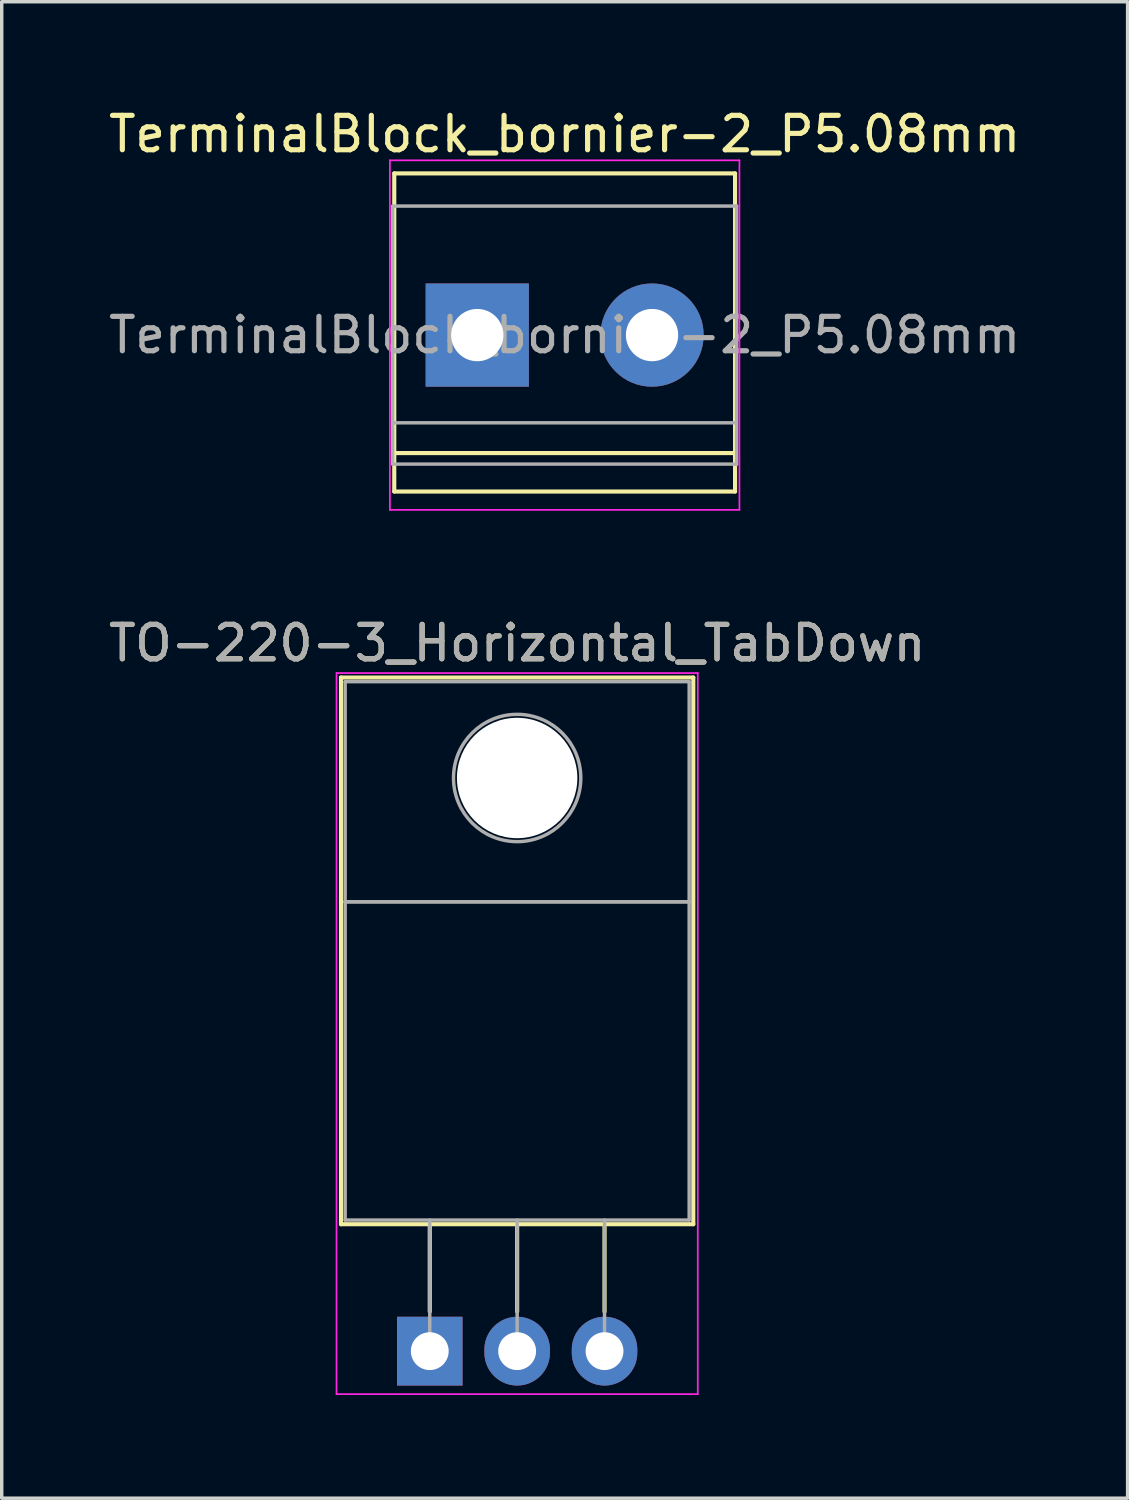
<source format=kicad_pcb>
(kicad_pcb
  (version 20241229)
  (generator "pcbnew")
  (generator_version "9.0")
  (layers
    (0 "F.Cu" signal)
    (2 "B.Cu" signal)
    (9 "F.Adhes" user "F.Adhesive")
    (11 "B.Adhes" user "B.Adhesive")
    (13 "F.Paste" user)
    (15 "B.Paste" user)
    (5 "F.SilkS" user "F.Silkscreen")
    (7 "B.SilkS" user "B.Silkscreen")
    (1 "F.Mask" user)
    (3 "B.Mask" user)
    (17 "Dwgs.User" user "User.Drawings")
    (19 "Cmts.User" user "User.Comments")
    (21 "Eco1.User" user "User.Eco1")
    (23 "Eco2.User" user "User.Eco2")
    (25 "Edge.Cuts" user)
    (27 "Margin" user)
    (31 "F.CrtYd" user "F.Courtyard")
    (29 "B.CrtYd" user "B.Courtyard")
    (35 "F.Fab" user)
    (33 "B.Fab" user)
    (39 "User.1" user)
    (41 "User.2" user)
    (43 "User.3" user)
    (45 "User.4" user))
  (footprint "TerminalBlock_bornier-2_P5.08mm"
    (layer "F.Cu")
    (at 10.823 6.69)
    (property "Reference" "TerminalBlock_bornier-2_P5.08mm" (at 2.54 -5.842 0) (layer "F.SilkS") (effects (font (size 1 1) (thickness 0.15))))
    (attr through_hole)
    (fp_line (start -2.413 -4.699) (end -2.413 4.547) (stroke (width 0.12) (type solid)) (layer "F.SilkS"))
    (fp_line (start -2.413 4.547) (end 7.493 4.547) (stroke (width 0.12) (type solid)) (layer "F.SilkS"))
    (fp_line (start 7.493 -4.699) (end -2.413 -4.699) (stroke (width 0.12) (type solid)) (layer "F.SilkS"))
    (fp_line (start 7.493 3.429) (end -2.413 3.429) (stroke (width 0.12) (type solid)) (layer "F.SilkS"))
    (fp_line (start 7.493 4.547) (end 7.493 -4.699) (stroke (width 0.12) (type solid)) (layer "F.SilkS"))
    (fp_line (start -2.54 -5.08) (end -2.54 5.08) (stroke (width 0.05) (type solid)) (layer "F.CrtYd"))
    (fp_line (start -2.54 -5.08) (end 7.62 -5.08) (stroke (width 0.05) (type solid)) (layer "F.CrtYd"))
    (fp_line (start 7.62 5.08) (end -2.54 5.08) (stroke (width 0.05) (type solid)) (layer "F.CrtYd"))
    (fp_line (start 7.62 5.08) (end 7.62 -5.08) (stroke (width 0.05) (type solid)) (layer "F.CrtYd"))
    (fp_line (start -2.46 -3.75) (end -2.46 3.75) (stroke (width 0.1) (type solid)) (layer "F.Fab"))
    (fp_line (start -2.46 3.75) (end 7.54 3.75) (stroke (width 0.1) (type solid)) (layer "F.Fab"))
    (fp_line (start -2.41 2.55) (end 7.49 2.55) (stroke (width 0.1) (type solid)) (layer "F.Fab"))
    (fp_line (start 7.54 -3.75) (end -2.46 -3.75) (stroke (width 0.1) (type solid)) (layer "F.Fab"))
    (fp_line (start 7.54 3.75) (end 7.54 -3.75) (stroke (width 0.1) (type solid)) (layer "F.Fab"))
    (fp_text user "${REFERENCE}" (at 2.54 0 0) (layer "F.Fab") (effects (font (size 1 1) (thickness 0.15))))
    (pad "1" thru_hole rect (at 0 0) (size 3 3) (drill 1.52) (layers "*.Cu" "*.Mask"))
    (pad "2" thru_hole circle (at 5.08 0) (size 3 3) (drill 1.52) (layers "*.Cu" "*.Mask")))
  (footprint "TO-220-3_Horizontal_TabDown"
    (layer "F.Cu")
    (at 9.442 36.224)
    (property "Reference" "TO-220-3_Horizontal_TabDown" (at 2.54 -20.58 0) (layer "F.SilkS") (effects (font (size 1 1) (thickness 0.15))))
    (attr through_hole)
    (fp_line (start -2.58 -19.58) (end -2.58 -3.69) (stroke (width 0.12) (type solid)) (layer "F.SilkS"))
    (fp_line (start -2.58 -19.58) (end 7.66 -19.58) (stroke (width 0.12) (type solid)) (layer "F.SilkS"))
    (fp_line (start -2.58 -3.69) (end 7.66 -3.69) (stroke (width 0.12) (type solid)) (layer "F.SilkS"))
    (fp_line (start 0 -3.69) (end 0 -1.15) (stroke (width 0.12) (type solid)) (layer "F.SilkS"))
    (fp_line (start 2.54 -3.69) (end 2.54 -1.15) (stroke (width 0.12) (type solid)) (layer "F.SilkS"))
    (fp_line (start 5.08 -3.69) (end 5.08 -1.15) (stroke (width 0.12) (type solid)) (layer "F.SilkS"))
    (fp_line (start 7.66 -19.58) (end 7.66 -3.69) (stroke (width 0.12) (type solid)) (layer "F.SilkS"))
    (fp_line (start -2.71 -19.71) (end -2.71 1.25) (stroke (width 0.05) (type solid)) (layer "F.CrtYd"))
    (fp_line (start -2.71 1.25) (end 7.79 1.25) (stroke (width 0.05) (type solid)) (layer "F.CrtYd"))
    (fp_line (start 7.79 -19.71) (end -2.71 -19.71) (stroke (width 0.05) (type solid)) (layer "F.CrtYd"))
    (fp_line (start 7.79 1.25) (end 7.79 -19.71) (stroke (width 0.05) (type solid)) (layer "F.CrtYd"))
    (fp_line (start -2.46 -19.46) (end 7.54 -19.46) (stroke (width 0.1) (type solid)) (layer "F.Fab"))
    (fp_line (start -2.46 -13.06) (end -2.46 -19.46) (stroke (width 0.1) (type solid)) (layer "F.Fab"))
    (fp_line (start -2.46 -13.06) (end 7.54 -13.06) (stroke (width 0.1) (type solid)) (layer "F.Fab"))
    (fp_line (start -2.46 -3.81) (end -2.46 -13.06) (stroke (width 0.1) (type solid)) (layer "F.Fab"))
    (fp_line (start 0 -3.81) (end 0 0) (stroke (width 0.1) (type solid)) (layer "F.Fab"))
    (fp_line (start 2.54 -3.81) (end 2.54 0) (stroke (width 0.1) (type solid)) (layer "F.Fab"))
    (fp_line (start 5.08 -3.81) (end 5.08 0) (stroke (width 0.1) (type solid)) (layer "F.Fab"))
    (fp_line (start 7.54 -19.46) (end 7.54 -13.06) (stroke (width 0.1) (type solid)) (layer "F.Fab"))
    (fp_line (start 7.54 -13.06) (end -2.46 -13.06) (stroke (width 0.1) (type solid)) (layer "F.Fab"))
    (fp_line (start 7.54 -13.06) (end 7.54 -3.81) (stroke (width 0.1) (type solid)) (layer "F.Fab"))
    (fp_line (start 7.54 -3.81) (end -2.46 -3.81) (stroke (width 0.1) (type solid)) (layer "F.Fab"))
    (fp_circle (center 2.54 -16.66) (end 4.39 -16.66) (stroke (width 0.1) (type solid)) (fill no) (layer "F.Fab"))
    (fp_text user "${REFERENCE}" (at 2.54 -20.58 0) (layer "F.Fab") (effects (font (size 1 1) (thickness 0.15))))
    (pad "" np_thru_hole oval (at 2.54 -16.66) (size 3.5 3.5) (drill 3.5) (layers "*.Cu" "*.Mask"))
    (pad "1" thru_hole rect (at 0 0) (size 1.905 2) (drill 1.1) (layers "*.Cu" "*.Mask"))
    (pad "2" thru_hole oval (at 2.54 0) (size 1.905 2) (drill 1.1) (layers "*.Cu" "*.Mask"))
    (pad "3" thru_hole oval (at 5.08 0) (size 1.905 2) (drill 1.1) (layers "*.Cu" "*.Mask")))
  (gr_rect
    (start -3 -3)
    (end 29.726 40.498)
    (stroke (width 0.1) (type default))
    (fill no)
    (layer "Edge.Cuts")))
</source>
